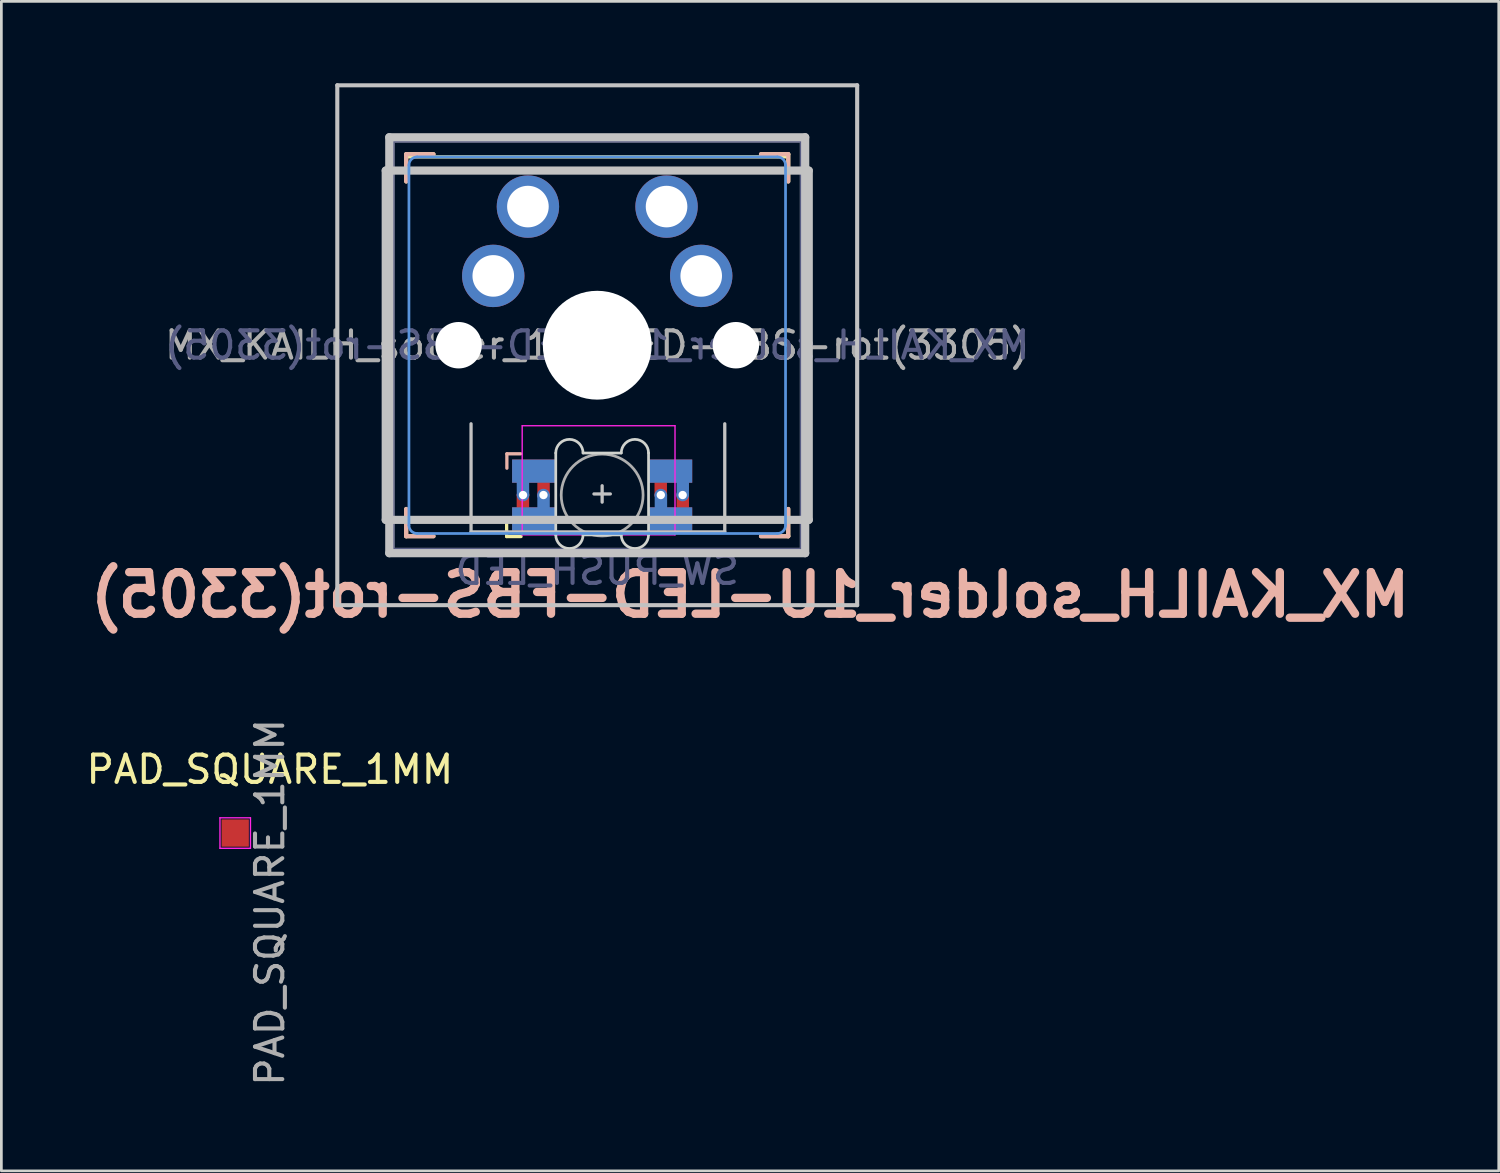
<source format=kicad_pcb>
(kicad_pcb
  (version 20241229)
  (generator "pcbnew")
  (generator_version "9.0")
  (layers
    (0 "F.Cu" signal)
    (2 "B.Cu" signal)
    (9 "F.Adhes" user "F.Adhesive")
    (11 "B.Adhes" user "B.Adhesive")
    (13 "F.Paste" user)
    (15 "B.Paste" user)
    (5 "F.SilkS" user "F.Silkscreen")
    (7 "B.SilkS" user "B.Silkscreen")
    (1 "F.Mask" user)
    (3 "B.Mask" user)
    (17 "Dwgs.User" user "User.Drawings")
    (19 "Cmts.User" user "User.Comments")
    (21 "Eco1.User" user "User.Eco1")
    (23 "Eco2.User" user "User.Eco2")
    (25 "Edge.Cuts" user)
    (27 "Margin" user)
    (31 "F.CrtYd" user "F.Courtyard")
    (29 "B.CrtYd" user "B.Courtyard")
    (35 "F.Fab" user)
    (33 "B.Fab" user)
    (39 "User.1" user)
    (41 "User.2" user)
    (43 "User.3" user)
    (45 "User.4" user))
  (footprint "MX_KAILH_solder_1U-LED-FBS-rot(3305)"
    (layer "F.Cu")
    (at 18.835 9.6)
    (property "Reference" "MX_KAILH_solder_1U-LED-FBS-rot(3305)" (at 5.6 9.15 0) (layer "B.SilkS") (effects (font (size 1.524 1.524) (thickness 0.305)) (justify mirror)))
    (property "Value" "SW_PUSH_LED" (at -3.5 9 0) (layer "B.SilkS") (hide yes) (effects (font (size 1.524 1.524) (thickness 0.305)) (justify mirror)))
    (attr through_hole)
    (fp_poly (pts (xy -1.57 4.99) (xy -3.07 4.99) (xy -3.07 4.24) (xy -1.57 4.24)) (stroke (width 0.1) (type solid)) (fill yes) (layer "F.Mask"))
    (fp_poly (pts (xy 3.43 4.99) (xy 1.93 4.99) (xy 1.93 4.24) (xy 3.43 4.24)) (stroke (width 0.1) (type solid)) (fill yes) (layer "F.Mask"))
    (fp_poly (pts (xy 3.43 6.74) (xy 1.93 6.74) (xy 1.93 5.99) (xy 3.43 5.99)) (stroke (width 0.1) (type solid)) (fill yes) (layer "F.Mask"))
    (fp_poly (pts (xy -1.57 6.74) (xy -2.67 6.74) (xy -3.07 6.34) (xy -3.07 5.99) (xy -1.57 5.99)) (stroke (width 0.1) (type solid)) (fill yes) (layer "F.Mask"))
    (fp_poly (pts (xy -1.57 6.74) (xy -3.07 6.74) (xy -3.07 5.99) (xy -1.57 5.99)) (stroke (width 0.1) (type solid)) (fill yes) (layer "B.Mask"))
    (fp_poly (pts (xy 3.43 4.99) (xy 1.93 4.99) (xy 1.93 4.24) (xy 3.43 4.24)) (stroke (width 0.1) (type solid)) (fill yes) (layer "B.Mask"))
    (fp_poly (pts (xy 3.43 6.74) (xy 1.93 6.74) (xy 1.93 5.99) (xy 3.43 5.99)) (stroke (width 0.1) (type solid)) (fill yes) (layer "B.Mask"))
    (fp_poly (pts (xy -1.57 4.99) (xy -3.07 4.99) (xy -3.07 4.665) (xy -2.67 4.24) (xy -1.57 4.24)) (stroke (width 0.1) (type solid)) (fill yes) (layer "B.Mask"))
    (fp_line (start -7 -7) (end -6 -7) (stroke (width 0.15) (type solid)) (layer "F.SilkS"))
    (fp_line (start -7 -6) (end -7 -7) (stroke (width 0.15) (type solid)) (layer "F.SilkS"))
    (fp_line (start -7 7) (end -7 6) (stroke (width 0.15) (type solid)) (layer "F.SilkS"))
    (fp_line (start -6 7) (end -7 7) (stroke (width 0.15) (type solid)) (layer "F.SilkS"))
    (fp_line (start -3.32 6.503) (end -3.32 7.011) (stroke (width 0.12) (type solid)) (layer "F.SilkS"))
    (fp_line (start -3.32 7.011) (end -2.792 7.011) (stroke (width 0.12) (type solid)) (layer "F.SilkS"))
    (fp_line (start 6 -7) (end 7 -7) (stroke (width 0.15) (type solid)) (layer "F.SilkS"))
    (fp_line (start 6.9 -6.9) (end -6.9 -6.9) (stroke (width 0.12) (type solid)) (layer "F.SilkS"))
    (fp_line (start 7 -7) (end 7 -6) (stroke (width 0.15) (type solid)) (layer "F.SilkS"))
    (fp_line (start 7 6) (end 7 7) (stroke (width 0.15) (type solid)) (layer "F.SilkS"))
    (fp_line (start 7 7) (end 6 7) (stroke (width 0.15) (type solid)) (layer "F.SilkS"))
    (fp_line (start -7 -7) (end -6 -7) (stroke (width 0.15) (type solid)) (layer "B.SilkS"))
    (fp_line (start -7 -6) (end -7 -7) (stroke (width 0.15) (type solid)) (layer "B.SilkS"))
    (fp_line (start -7 7) (end -7 6) (stroke (width 0.15) (type solid)) (layer "B.SilkS"))
    (fp_line (start -6 7) (end -7 7) (stroke (width 0.15) (type solid)) (layer "B.SilkS"))
    (fp_line (start -3.311 3.979) (end -3.311 4.507) (stroke (width 0.12) (type solid)) (layer "B.SilkS"))
    (fp_line (start -2.803 3.979) (end -3.311 3.979) (stroke (width 0.12) (type solid)) (layer "B.SilkS"))
    (fp_line (start 6 -7) (end 7 -7) (stroke (width 0.15) (type solid)) (layer "B.SilkS"))
    (fp_line (start 7 -7) (end 7 -6) (stroke (width 0.15) (type solid)) (layer "B.SilkS"))
    (fp_line (start 7 6) (end 7 7) (stroke (width 0.15) (type solid)) (layer "B.SilkS"))
    (fp_line (start 7 7) (end 6 7) (stroke (width 0.15) (type solid)) (layer "B.SilkS"))
    (fp_line (start -9.525 -9.525) (end 9.525 -9.525) (stroke (width 0.15) (type solid)) (layer "Dwgs.User"))
    (fp_line (start -9.525 9.525) (end -9.525 -9.525) (stroke (width 0.15) (type solid)) (layer "Dwgs.User"))
    (fp_line (start -7.75 6.4) (end -7.75 -6.4) (stroke (width 0.3) (type solid)) (layer "Dwgs.User"))
    (fp_line (start -7.75 6.4) (end 7.75 6.4) (stroke (width 0.3) (type solid)) (layer "Dwgs.User"))
    (fp_line (start -7.62 -7.62) (end 7.62 -7.62) (stroke (width 0.3) (type solid)) (layer "Dwgs.User"))
    (fp_line (start -7.62 7.62) (end -7.62 -7.62) (stroke (width 0.3) (type solid)) (layer "Dwgs.User"))
    (fp_line (start -4.624 6.842) (end -4.624 2.879) (stroke (width 0.12) (type solid)) (layer "Dwgs.User"))
    (fp_line (start -4.624 6.842) (end 4.673 6.842) (stroke (width 0.12) (type solid)) (layer "Dwgs.User"))
    (fp_line (start 0.18 5.15) (end 0.18 5.75) (stroke (width 0.12) (type solid)) (layer "Dwgs.User"))
    (fp_line (start 0.48 5.45) (end -0.12 5.45) (stroke (width 0.12) (type solid)) (layer "Dwgs.User"))
    (fp_line (start 4.673 6.842) (end 4.673 2.879) (stroke (width 0.12) (type solid)) (layer "Dwgs.User"))
    (fp_line (start 7.62 -7.62) (end 7.62 7.62) (stroke (width 0.3) (type solid)) (layer "Dwgs.User"))
    (fp_line (start 7.62 7.62) (end -7.62 7.62) (stroke (width 0.3) (type solid)) (layer "Dwgs.User"))
    (fp_line (start 7.75 -6.4) (end -7.75 -6.4) (stroke (width 0.3) (type solid)) (layer "Dwgs.User"))
    (fp_line (start 7.75 6.4) (end 7.75 -6.4) (stroke (width 0.3) (type solid)) (layer "Dwgs.User"))
    (fp_line (start 9.525 -9.525) (end 9.525 9.525) (stroke (width 0.15) (type solid)) (layer "Dwgs.User"))
    (fp_line (start 9.525 9.525) (end -9.525 9.525) (stroke (width 0.15) (type solid)) (layer "Dwgs.User"))
    (fp_line (start -6.9 -6.6) (end -6.9 6.6) (stroke (width 0.1) (type solid)) (layer "Cmts.User"))
    (fp_line (start -6.6 6.9) (end 6.6 6.9) (stroke (width 0.1) (type solid)) (layer "Cmts.User"))
    (fp_line (start 6.6 -6.9) (end -6.6 -6.9) (stroke (width 0.1) (type solid)) (layer "Cmts.User"))
    (fp_line (start 6.9 6.6) (end 6.9 -6.6) (stroke (width 0.1) (type solid)) (layer "Cmts.User"))
    (fp_arc (start -6.9 -6.6) (mid -6.812132 -6.812132) (end -6.6 -6.9) (stroke (width 0.1) (type solid)) (layer "Cmts.User"))
    (fp_arc (start -6.6 6.9) (mid -6.812132 6.812132) (end -6.9 6.6) (stroke (width 0.1) (type solid)) (layer "Cmts.User"))
    (fp_arc (start 6.6 -6.9) (mid 6.812132 -6.812132) (end 6.9 -6.6) (stroke (width 0.1) (type solid)) (layer "Cmts.User"))
    (fp_arc (start 6.9 6.6) (mid 6.812132 6.812132) (end 6.6 6.9) (stroke (width 0.1) (type solid)) (layer "Cmts.User"))
    (fp_line (start -6.95 -6.65) (end -6.95 6.65) (stroke (width 0.1) (type solid)) (layer "Eco1.User"))
    (fp_line (start -6.65 6.95) (end 6.65 6.95) (stroke (width 0.1) (type solid)) (layer "Eco1.User"))
    (fp_line (start 6.65 -6.95) (end -6.65 -6.95) (stroke (width 0.1) (type solid)) (layer "Eco1.User"))
    (fp_line (start 6.95 -6.65) (end 6.95 6.65) (stroke (width 0.1) (type solid)) (layer "Eco1.User"))
    (fp_arc (start -6.65 6.95) (mid -6.862132 6.862132) (end -6.95 6.65) (stroke (width 0.1) (type solid)) (layer "Eco1.User"))
    (fp_arc (start 6.65 -6.95) (mid 6.862132 -6.862132) (end 6.95 -6.65) (stroke (width 0.1) (type solid)) (layer "Eco1.User"))
    (fp_arc (start 6.95 6.65) (mid 6.862132 6.862132) (end 6.65 6.95) (stroke (width 0.1) (type solid)) (layer "Eco1.User"))
    (fp_line (start -9 -9) (end 9 -9) (stroke (width 0.12) (type solid)) (layer "Eco2.User"))
    (fp_line (start -9 9) (end -9 -9) (stroke (width 0.12) (type solid)) (layer "Eco2.User"))
    (fp_line (start -6.9 6.9) (end -6.9 -6.9) (stroke (width 0.15) (type solid)) (layer "Eco2.User"))
    (fp_line (start -6.9 6.9) (end 6.9 6.9) (stroke (width 0.15) (type solid)) (layer "Eco2.User"))
    (fp_line (start 6.9 -6.9) (end -6.9 -6.9) (stroke (width 0.15) (type solid)) (layer "Eco2.User"))
    (fp_line (start 6.9 -6.9) (end 6.9 6.9) (stroke (width 0.15) (type solid)) (layer "Eco2.User"))
    (fp_line (start 9 -9) (end 9 9) (stroke (width 0.12) (type solid)) (layer "Eco2.User"))
    (fp_line (start 9 9) (end -9 9) (stroke (width 0.12) (type solid)) (layer "Eco2.User"))
    (fp_line (start -1.52 3.95) (end -1.52 6.95) (stroke (width 0.1) (type solid)) (layer "Edge.Cuts"))
    (fp_line (start 0.88 3.95) (end -0.52 3.95) (stroke (width 0.1) (type solid)) (layer "Edge.Cuts"))
    (fp_line (start 0.88 6.95) (end -0.52 6.95) (stroke (width 0.1) (type solid)) (layer "Edge.Cuts"))
    (fp_line (start 1.88 6.95) (end 1.88 3.95) (stroke (width 0.1) (type solid)) (layer "Edge.Cuts"))
    (fp_arc (start -1.52 3.95) (mid -1.02 3.45) (end -0.52 3.95) (stroke (width 0.1) (type solid)) (layer "Edge.Cuts"))
    (fp_arc (start -0.52 6.95) (mid -1.02 7.45) (end -1.52 6.95) (stroke (width 0.1) (type solid)) (layer "Edge.Cuts"))
    (fp_arc (start 0.88 3.95) (mid 1.38 3.45) (end 1.88 3.95) (stroke (width 0.1) (type solid)) (layer "Edge.Cuts"))
    (fp_arc (start 1.88 6.95) (mid 1.38 7.45) (end 0.88 6.95) (stroke (width 0.1) (type solid)) (layer "Edge.Cuts"))
    (fp_line (start -2.75 2.95) (end -2.75 6.95) (stroke (width 0.05) (type solid)) (layer "F.CrtYd"))
    (fp_line (start -2.75 6.95) (end 2.85 6.95) (stroke (width 0.05) (type solid)) (layer "F.CrtYd"))
    (fp_line (start 2.85 2.95) (end -2.75 2.95) (stroke (width 0.05) (type solid)) (layer "F.CrtYd"))
    (fp_line (start 2.85 6.95) (end 2.85 2.95) (stroke (width 0.05) (type solid)) (layer "F.CrtYd"))
    (fp_line (start -7.5 -7.5) (end 7.5 -7.5) (stroke (width 0.15) (type solid)) (layer "B.Fab"))
    (fp_line (start -7.5 7.5) (end -7.5 -7.5) (stroke (width 0.15) (type solid)) (layer "B.Fab"))
    (fp_line (start 7.5 -7.5) (end 7.5 7.5) (stroke (width 0.15) (type solid)) (layer "B.Fab"))
    (fp_line (start 7.5 7.5) (end -7.5 7.5) (stroke (width 0.15) (type solid)) (layer "B.Fab"))
    (fp_line (start -7.5 -7.5) (end 7.5 -7.5) (stroke (width 0.15) (type solid)) (layer "F.Fab"))
    (fp_line (start -7.5 7.5) (end -7.5 -7.5) (stroke (width 0.15) (type solid)) (layer "F.Fab"))
    (fp_line (start 7.5 -7.5) (end 7.5 7.5) (stroke (width 0.15) (type solid)) (layer "F.Fab"))
    (fp_line (start 7.5 7.5) (end -7.5 7.5) (stroke (width 0.15) (type solid)) (layer "F.Fab"))
    (fp_circle (center 0.18 5.49) (end 0.18 6.99) (stroke (width 0.1) (type solid)) (fill no) (layer "F.Fab"))
    (fp_text user "${REFERENCE}" (at 0 0 0) (layer "B.Fab") (effects (font (size 1 1) (thickness 0.15)) (justify mirror)))
    (fp_text user "${VALUE}" (at 0 8.255 0) (layer "B.Fab") (effects (font (size 1 1) (thickness 0.15)) (justify mirror)))
    (fp_text user "${REFERENCE}" (at 0 0 0) (layer "F.Fab") (effects (font (size 1 1) (thickness 0.15))))
    (pad "" np_thru_hole circle (at -5.08 0) (size 1.702 1.702) (drill 1.702) (layers "*.Cu" "*.Mask"))
    (pad "" np_thru_hole circle (at 0 0) (size 3.988 3.988) (drill 3.988) (layers "*.Cu" "*.Mask"))
    (pad "" np_thru_hole circle (at 5.08 0) (size 1.702 1.702) (drill 1.702) (layers "*.Cu" "*.Mask"))
    (pad "1" thru_hole circle (at 2.33 5.49) (size 0.457 0.457) (drill 0.305) (layers "*.Cu"))
    (pad "1" smd custom (at 2.68 4.615 180) (size 1.6 0.85) (layers "F.Cu") (options (anchor rect)) (primitives (gr_poly (pts (xy 0.531 -0.275) (xy 0.175 -0.275) (xy 0.175 -0.898) (xy 0.531 -0.898)) (width 0.1) (fill yes))))
    (pad "1" smd custom (at 2.68 6.365 180) (size 1.6 0.85) (layers "B.Cu") (options (anchor rect)) (primitives (gr_poly (pts (xy 0.525 0.896) (xy 0.169 0.896) (xy 0.169 0.325) (xy 0.525 0.325)) (width 0.1) (fill yes))))
    (pad "2" smd custom (at 2.68 4.615) (size 1.6 0.85) (layers "B.Cu") (options (anchor rect)) (primitives (gr_poly (pts (xy 0.632 0.888) (xy 0.277 0.888) (xy 0.277 0.325) (xy 0.632 0.325)) (width 0.1) (fill yes))))
    (pad "2" smd custom (at 2.68 6.365) (size 1.6 0.85) (layers "F.Cu") (options (anchor rect)) (primitives (gr_poly (pts (xy 0.632 -0.296) (xy 0.277 -0.296) (xy 0.277 -0.869) (xy 0.632 -0.869)) (width 0.1) (fill yes))))
    (pad "2" thru_hole circle (at 3.13 5.49) (size 0.457 0.457) (drill 0.305) (layers "*.Cu"))
    (pad "3" thru_hole circle (at -2.72 5.49) (size 0.457 0.457) (drill 0.305) (layers "*.Cu"))
    (pad "3" smd custom (at -2.32 4.615) (size 1.6 0.85) (layers "B.Cu") (options (anchor rect)) (primitives (gr_poly (pts (xy -0.222 0.888) (xy -0.578 0.888) (xy -0.582 0.325) (xy -0.226 0.325)) (width 0.1) (fill yes))))
    (pad "3" smd custom (at -2.32 6.365) (size 1.6 0.85) (layers "F.Cu") (options (anchor rect)) (primitives (gr_poly (pts (xy -0.226 -0.354) (xy -0.582 -0.354) (xy -0.582 -0.887) (xy -0.226 -0.887)) (width 0.1) (fill yes))))
    (pad "4" smd custom (at -2.32 4.615 180) (size 1.6 0.85) (layers "F.Cu") (options (anchor rect)) (primitives (gr_poly (pts (xy -0.175 -0.175) (xy -0.531 -0.178) (xy -0.531 -0.903) (xy -0.175 -0.906)) (width 0.1) (fill yes))))
    (pad "4" smd custom (at -2.32 6.365 180) (size 1.6 0.85) (layers "B.Cu") (options (anchor rect)) (primitives (gr_poly (pts (xy -0.175 0.886) (xy -0.531 0.886) (xy -0.531 0.175) (xy -0.175 0.175)) (width 0.1) (fill yes))))
    (pad "4" thru_hole circle (at -1.97 5.49) (size 0.457 0.457) (drill 0.305) (layers "*.Cu"))
    (pad "5" thru_hole circle (at -3.81 -2.54) (size 2.286 2.286) (drill 1.524) (layers "*.Cu" "*.Mask"))
    (pad "5" thru_hole circle (at -2.54 -5.08) (size 2.286 2.286) (drill 1.524) (layers "*.Cu" "*.Mask"))
    (pad "6" thru_hole circle (at 2.54 -5.08) (size 2.286 2.286) (drill 1.524) (layers "*.Cu" "*.Mask"))
    (pad "6" thru_hole circle (at 3.81 -2.54) (size 2.286 2.286) (drill 1.524) (layers "*.Cu" "*.Mask")))
  (footprint "PAD_SQUARE_1MM"
    (layer "F.Cu")
    (at 5.569 27.476)
    (property "Reference" "PAD_SQUARE_1MM" (at 1.27 -2.33 0) (layer "F.SilkS") (effects (font (size 1 1) (thickness 0.15))))
    (attr exclude_from_pos_files)
    (fp_line (start -0.559 -0.559) (end -0.559 0.559) (stroke (width 0.05) (type solid)) (layer "F.CrtYd"))
    (fp_line (start -0.559 0.559) (end 0.559 0.559) (stroke (width 0.05) (type solid)) (layer "F.CrtYd"))
    (fp_line (start 0.559 -0.559) (end -0.559 -0.559) (stroke (width 0.05) (type solid)) (layer "F.CrtYd"))
    (fp_line (start 0.559 0.559) (end 0.559 -0.559) (stroke (width 0.05) (type solid)) (layer "F.CrtYd"))
    (fp_text user "${REFERENCE}" (at 1.27 2.54 90) (layer "F.Fab") (effects (font (size 1 1) (thickness 0.15))))
    (pad "1" smd rect (at 0 0 180) (size 1 1) (layers "F.Cu" "F.Mask" "F.Paste")))
  (gr_rect
    (start -3 -3)
    (end 51.87 39.855)
    (stroke (width 0.1) (type default))
    (fill no)
    (layer "Edge.Cuts")))
</source>
